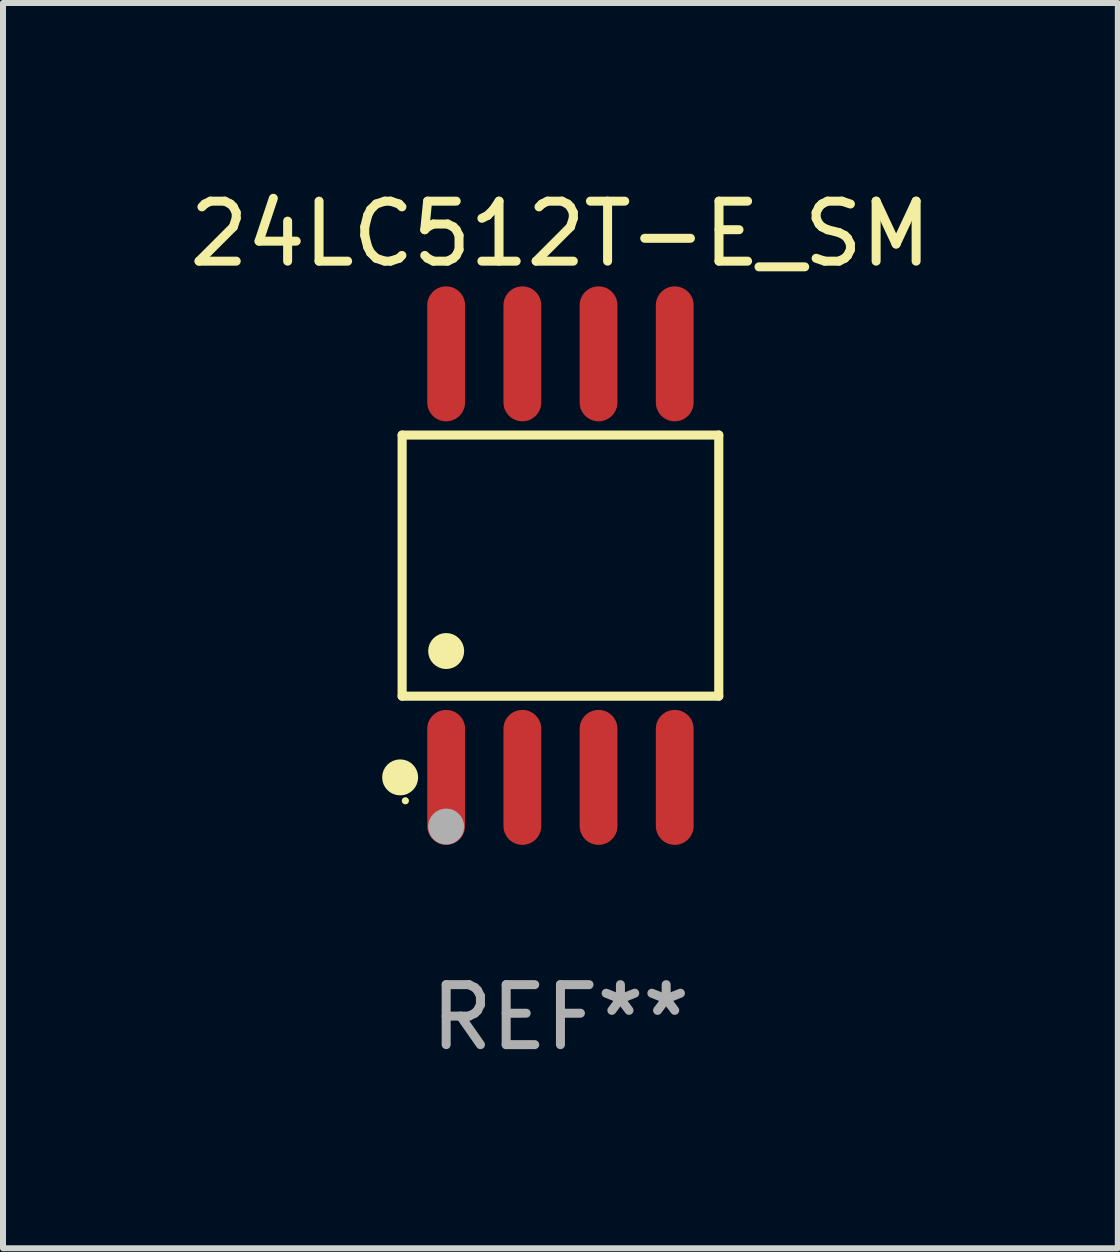
<source format=kicad_pcb>
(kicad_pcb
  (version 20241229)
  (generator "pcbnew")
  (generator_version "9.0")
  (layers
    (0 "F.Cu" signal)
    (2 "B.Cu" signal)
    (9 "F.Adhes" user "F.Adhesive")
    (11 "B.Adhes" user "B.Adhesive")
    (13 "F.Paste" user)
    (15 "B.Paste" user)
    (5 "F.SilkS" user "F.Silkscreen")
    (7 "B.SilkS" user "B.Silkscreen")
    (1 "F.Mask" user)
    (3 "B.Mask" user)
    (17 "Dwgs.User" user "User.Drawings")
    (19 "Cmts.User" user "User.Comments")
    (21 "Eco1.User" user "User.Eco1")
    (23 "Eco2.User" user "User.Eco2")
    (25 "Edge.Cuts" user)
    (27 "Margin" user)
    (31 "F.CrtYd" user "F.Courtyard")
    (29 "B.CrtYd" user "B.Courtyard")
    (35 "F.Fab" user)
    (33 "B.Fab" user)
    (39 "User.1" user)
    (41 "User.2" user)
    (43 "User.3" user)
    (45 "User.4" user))
  (footprint "24LC512T-E_SM"
    (layer "F.Cu")
    (at 6.292 6.378)
    (property "Reference" "24LC512T-E_SM" (at 0 -5.53 0) (layer "F.SilkS") (effects (font (size 1 1) (thickness 0.15))))
    (attr through_hole)
    (fp_line (start -2.639 -2.176) (end 2.639 -2.176) (stroke (width 0.152) (type solid)) (layer "F.SilkS"))
    (fp_line (start -2.639 2.176) (end -2.639 -2.176) (stroke (width 0.152) (type solid)) (layer "F.SilkS"))
    (fp_line (start 2.639 -2.176) (end 2.639 2.176) (stroke (width 0.152) (type solid)) (layer "F.SilkS"))
    (fp_line (start 2.639 2.176) (end -2.639 2.176) (stroke (width 0.152) (type solid)) (layer "F.SilkS"))
    (fp_circle (center -2.672 3.53) (end -2.522 3.53) (stroke (width 0.3) (type solid)) (fill no) (layer "F.SilkS"))
    (fp_circle (center -2.585 3.92) (end -2.555 3.92) (stroke (width 0.06) (type solid)) (fill no) (layer "F.SilkS"))
    (fp_circle (center -1.905 1.424) (end -1.755 1.424) (stroke (width 0.3) (type solid)) (fill no) (layer "F.SilkS"))
    (fp_circle (center -1.905 4.35) (end -1.755 4.35) (stroke (width 0.3) (type solid)) (fill no) (layer "F.Fab"))
    (fp_text user "REF**" (at 0 7.53 0) (layer "F.Fab") (effects (font (size 1 1) (thickness 0.15))))
    (pad "1" smd oval (at -1.905 3.53) (size 0.63 2.25) (layers "F.Cu" "F.Mask" "F.Paste"))
    (pad "2" smd oval (at -0.635 3.53) (size 0.63 2.25) (layers "F.Cu" "F.Mask" "F.Paste"))
    (pad "3" smd oval (at 0.635 3.53) (size 0.63 2.25) (layers "F.Cu" "F.Mask" "F.Paste"))
    (pad "4" smd oval (at 1.905 3.53) (size 0.63 2.25) (layers "F.Cu" "F.Mask" "F.Paste"))
    (pad "5" smd oval (at 1.905 -3.53) (size 0.63 2.25) (layers "F.Cu" "F.Mask" "F.Paste"))
    (pad "6" smd oval (at 0.635 -3.53) (size 0.63 2.25) (layers "F.Cu" "F.Mask" "F.Paste"))
    (pad "7" smd oval (at -0.635 -3.53) (size 0.63 2.25) (layers "F.Cu" "F.Mask" "F.Paste"))
    (pad "8" smd oval (at -1.905 -3.53) (size 0.63 2.25) (layers "F.Cu" "F.Mask" "F.Paste")))
  (gr_rect
    (start -3 -3)
    (end 15.583 17.757)
    (stroke (width 0.1) (type default))
    (fill no)
    (layer "Edge.Cuts")))
</source>
